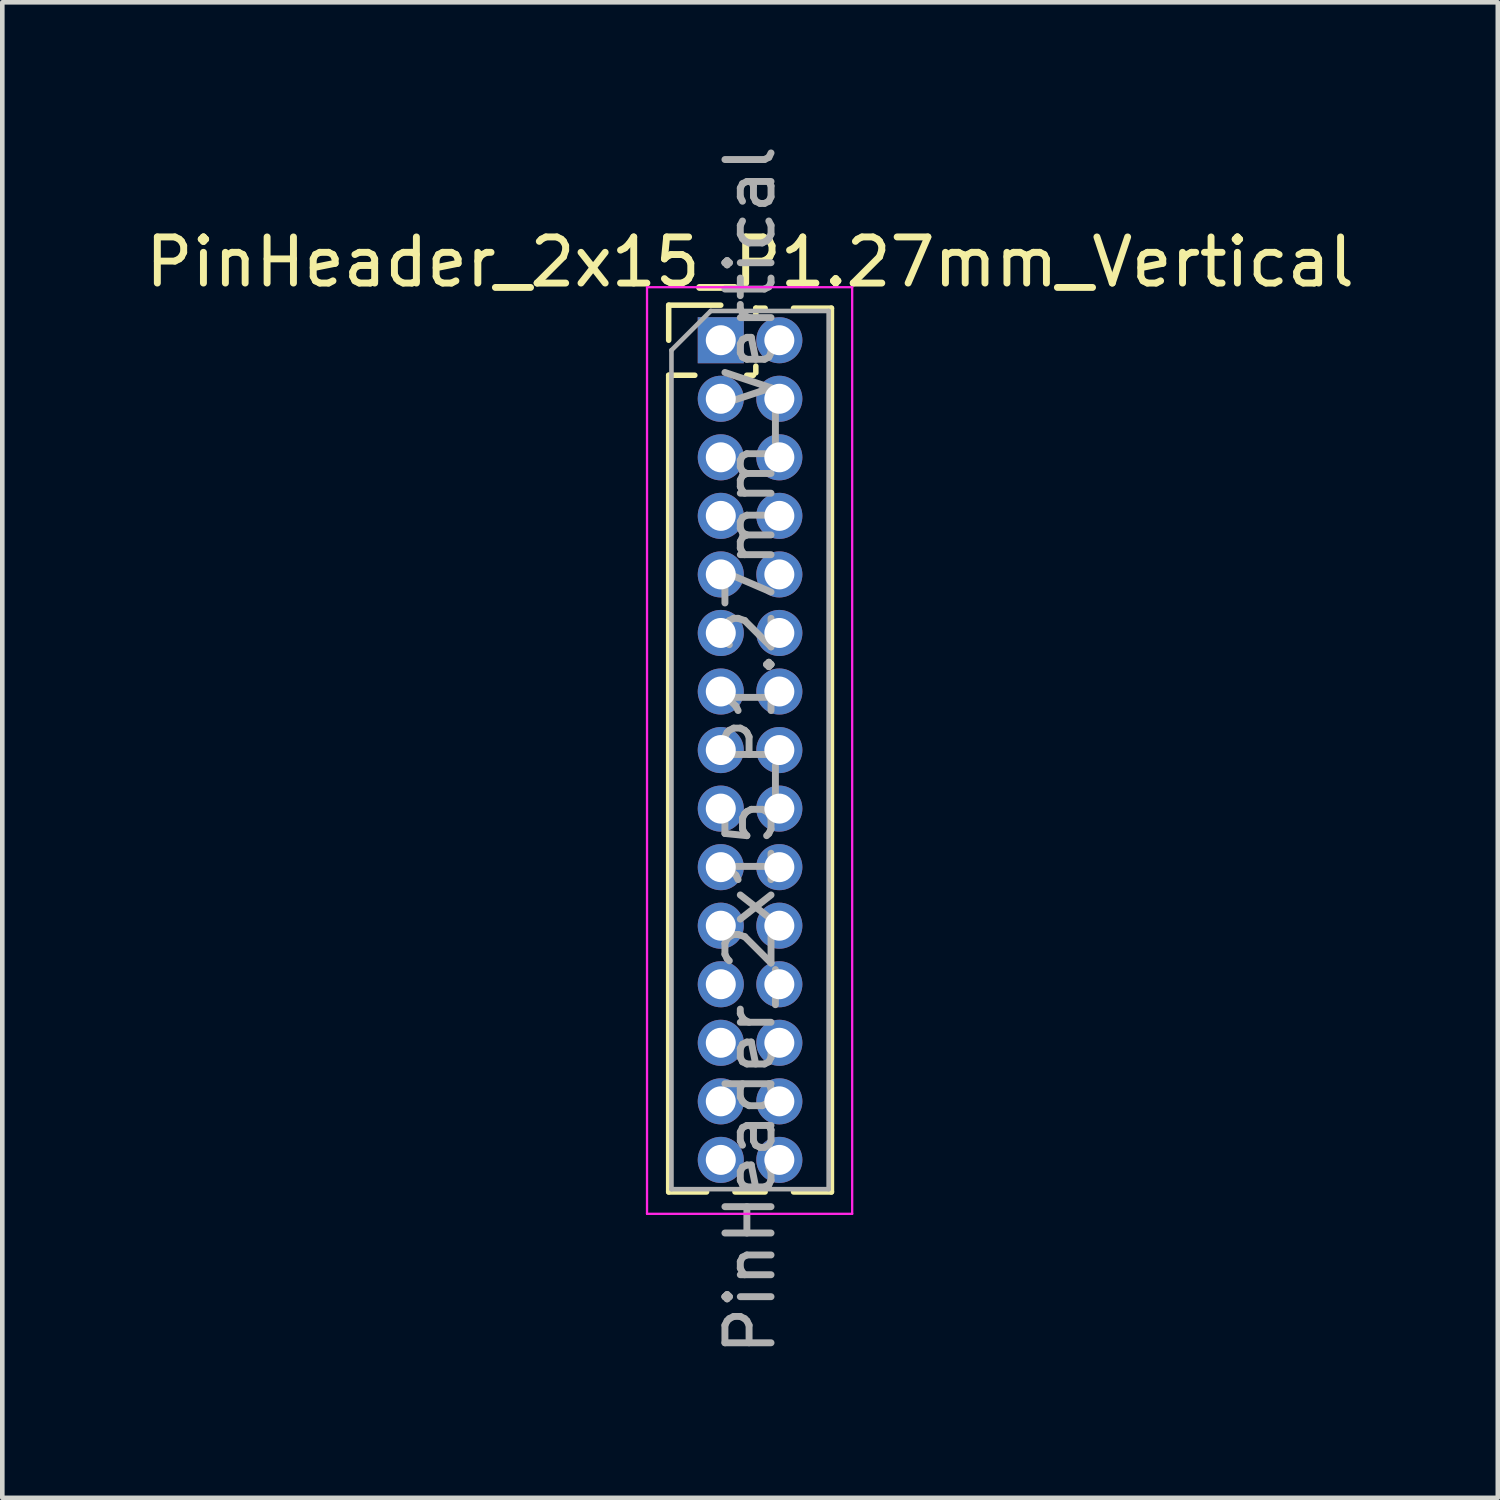
<source format=kicad_pcb>
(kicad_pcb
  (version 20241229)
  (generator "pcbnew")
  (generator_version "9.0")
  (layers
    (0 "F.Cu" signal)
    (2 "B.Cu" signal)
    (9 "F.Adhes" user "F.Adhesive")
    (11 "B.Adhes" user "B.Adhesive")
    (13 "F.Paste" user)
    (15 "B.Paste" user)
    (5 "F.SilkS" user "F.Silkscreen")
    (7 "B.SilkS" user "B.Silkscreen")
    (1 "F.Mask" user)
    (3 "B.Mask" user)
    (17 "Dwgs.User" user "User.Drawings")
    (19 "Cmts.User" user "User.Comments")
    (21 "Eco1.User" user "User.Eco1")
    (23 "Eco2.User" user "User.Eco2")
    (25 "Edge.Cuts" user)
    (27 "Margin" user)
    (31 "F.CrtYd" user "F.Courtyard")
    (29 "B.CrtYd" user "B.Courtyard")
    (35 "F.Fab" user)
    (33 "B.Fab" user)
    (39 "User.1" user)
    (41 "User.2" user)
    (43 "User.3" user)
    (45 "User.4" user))
  (footprint "PinHeader_2x15_P1.27mm_Vertical"
    (layer "F.Cu")
    (at 12.585 4.33)
    (property "Reference" "PinHeader_2x15_P1.27mm_Vertical" (at 0.635 -1.695 0) (layer "F.SilkS") (effects (font (size 1 1) (thickness 0.15))))
    (attr through_hole)
    (fp_line (start -1.13 -0.76) (end 0 -0.76) (stroke (width 0.12) (type solid)) (layer "F.SilkS"))
    (fp_line (start -1.13 0) (end -1.13 -0.76) (stroke (width 0.12) (type solid)) (layer "F.SilkS"))
    (fp_line (start -1.13 0.76) (end -1.13 18.475) (stroke (width 0.12) (type solid)) (layer "F.SilkS"))
    (fp_line (start -1.13 0.76) (end -0.563 0.76) (stroke (width 0.12) (type solid)) (layer "F.SilkS"))
    (fp_line (start -1.13 18.475) (end -0.308 18.475) (stroke (width 0.12) (type solid)) (layer "F.SilkS"))
    (fp_line (start 0.308 18.475) (end 0.962 18.475) (stroke (width 0.12) (type solid)) (layer "F.SilkS"))
    (fp_line (start 0.563 0.76) (end 0.707 0.76) (stroke (width 0.12) (type solid)) (layer "F.SilkS"))
    (fp_line (start 0.76 -0.695) (end 0.962 -0.695) (stroke (width 0.12) (type solid)) (layer "F.SilkS"))
    (fp_line (start 0.76 -0.563) (end 0.76 -0.695) (stroke (width 0.12) (type solid)) (layer "F.SilkS"))
    (fp_line (start 0.76 0.707) (end 0.76 0.563) (stroke (width 0.12) (type solid)) (layer "F.SilkS"))
    (fp_line (start 1.578 -0.695) (end 2.4 -0.695) (stroke (width 0.12) (type solid)) (layer "F.SilkS"))
    (fp_line (start 1.578 18.475) (end 2.4 18.475) (stroke (width 0.12) (type solid)) (layer "F.SilkS"))
    (fp_line (start 2.4 -0.695) (end 2.4 18.475) (stroke (width 0.12) (type solid)) (layer "F.SilkS"))
    (fp_line (start -1.6 -1.15) (end -1.6 18.95) (stroke (width 0.05) (type solid)) (layer "F.CrtYd"))
    (fp_line (start -1.6 18.95) (end 2.85 18.95) (stroke (width 0.05) (type solid)) (layer "F.CrtYd"))
    (fp_line (start 2.85 -1.15) (end -1.6 -1.15) (stroke (width 0.05) (type solid)) (layer "F.CrtYd"))
    (fp_line (start 2.85 18.95) (end 2.85 -1.15) (stroke (width 0.05) (type solid)) (layer "F.CrtYd"))
    (fp_line (start -1.07 0.217) (end -0.217 -0.635) (stroke (width 0.1) (type solid)) (layer "F.Fab"))
    (fp_line (start -1.07 18.415) (end -1.07 0.217) (stroke (width 0.1) (type solid)) (layer "F.Fab"))
    (fp_line (start -0.217 -0.635) (end 2.34 -0.635) (stroke (width 0.1) (type solid)) (layer "F.Fab"))
    (fp_line (start 2.34 -0.635) (end 2.34 18.415) (stroke (width 0.1) (type solid)) (layer "F.Fab"))
    (fp_line (start 2.34 18.415) (end -1.07 18.415) (stroke (width 0.1) (type solid)) (layer "F.Fab"))
    (fp_text user "${REFERENCE}" (at 0.635 8.89 90) (layer "F.Fab") (effects (font (size 1 1) (thickness 0.15))))
    (pad "1" thru_hole rect (at 0 0) (size 1 1) (drill 0.65) (layers "*.Cu" "*.Mask"))
    (pad "2" thru_hole oval (at 1.27 0) (size 1 1) (drill 0.65) (layers "*.Cu" "*.Mask"))
    (pad "3" thru_hole oval (at 0 1.27) (size 1 1) (drill 0.65) (layers "*.Cu" "*.Mask"))
    (pad "4" thru_hole oval (at 1.27 1.27) (size 1 1) (drill 0.65) (layers "*.Cu" "*.Mask"))
    (pad "5" thru_hole oval (at 0 2.54) (size 1 1) (drill 0.65) (layers "*.Cu" "*.Mask"))
    (pad "6" thru_hole oval (at 1.27 2.54) (size 1 1) (drill 0.65) (layers "*.Cu" "*.Mask"))
    (pad "7" thru_hole oval (at 0 3.81) (size 1 1) (drill 0.65) (layers "*.Cu" "*.Mask"))
    (pad "8" thru_hole oval (at 1.27 3.81) (size 1 1) (drill 0.65) (layers "*.Cu" "*.Mask"))
    (pad "9" thru_hole oval (at 0 5.08) (size 1 1) (drill 0.65) (layers "*.Cu" "*.Mask"))
    (pad "10" thru_hole oval (at 1.27 5.08) (size 1 1) (drill 0.65) (layers "*.Cu" "*.Mask"))
    (pad "11" thru_hole oval (at 0 6.35) (size 1 1) (drill 0.65) (layers "*.Cu" "*.Mask"))
    (pad "12" thru_hole oval (at 1.27 6.35) (size 1 1) (drill 0.65) (layers "*.Cu" "*.Mask"))
    (pad "13" thru_hole oval (at 0 7.62) (size 1 1) (drill 0.65) (layers "*.Cu" "*.Mask"))
    (pad "14" thru_hole oval (at 1.27 7.62) (size 1 1) (drill 0.65) (layers "*.Cu" "*.Mask"))
    (pad "15" thru_hole oval (at 0 8.89) (size 1 1) (drill 0.65) (layers "*.Cu" "*.Mask"))
    (pad "16" thru_hole oval (at 1.27 8.89) (size 1 1) (drill 0.65) (layers "*.Cu" "*.Mask"))
    (pad "17" thru_hole oval (at 0 10.16) (size 1 1) (drill 0.65) (layers "*.Cu" "*.Mask"))
    (pad "18" thru_hole oval (at 1.27 10.16) (size 1 1) (drill 0.65) (layers "*.Cu" "*.Mask"))
    (pad "19" thru_hole oval (at 0 11.43) (size 1 1) (drill 0.65) (layers "*.Cu" "*.Mask"))
    (pad "20" thru_hole oval (at 1.27 11.43) (size 1 1) (drill 0.65) (layers "*.Cu" "*.Mask"))
    (pad "21" thru_hole oval (at 0 12.7) (size 1 1) (drill 0.65) (layers "*.Cu" "*.Mask"))
    (pad "22" thru_hole oval (at 1.27 12.7) (size 1 1) (drill 0.65) (layers "*.Cu" "*.Mask"))
    (pad "23" thru_hole oval (at 0 13.97) (size 1 1) (drill 0.65) (layers "*.Cu" "*.Mask"))
    (pad "24" thru_hole oval (at 1.27 13.97) (size 1 1) (drill 0.65) (layers "*.Cu" "*.Mask"))
    (pad "25" thru_hole oval (at 0 15.24) (size 1 1) (drill 0.65) (layers "*.Cu" "*.Mask"))
    (pad "26" thru_hole oval (at 1.27 15.24) (size 1 1) (drill 0.65) (layers "*.Cu" "*.Mask"))
    (pad "27" thru_hole oval (at 0 16.51) (size 1 1) (drill 0.65) (layers "*.Cu" "*.Mask"))
    (pad "28" thru_hole oval (at 1.27 16.51) (size 1 1) (drill 0.65) (layers "*.Cu" "*.Mask"))
    (pad "29" thru_hole oval (at 0 17.78) (size 1 1) (drill 0.65) (layers "*.Cu" "*.Mask"))
    (pad "30" thru_hole oval (at 1.27 17.78) (size 1 1) (drill 0.65) (layers "*.Cu" "*.Mask")))
  (gr_rect
    (start -3 -3)
    (end 29.44 29.44)
    (stroke (width 0.1) (type default))
    (fill no)
    (layer "Edge.Cuts")))
</source>
